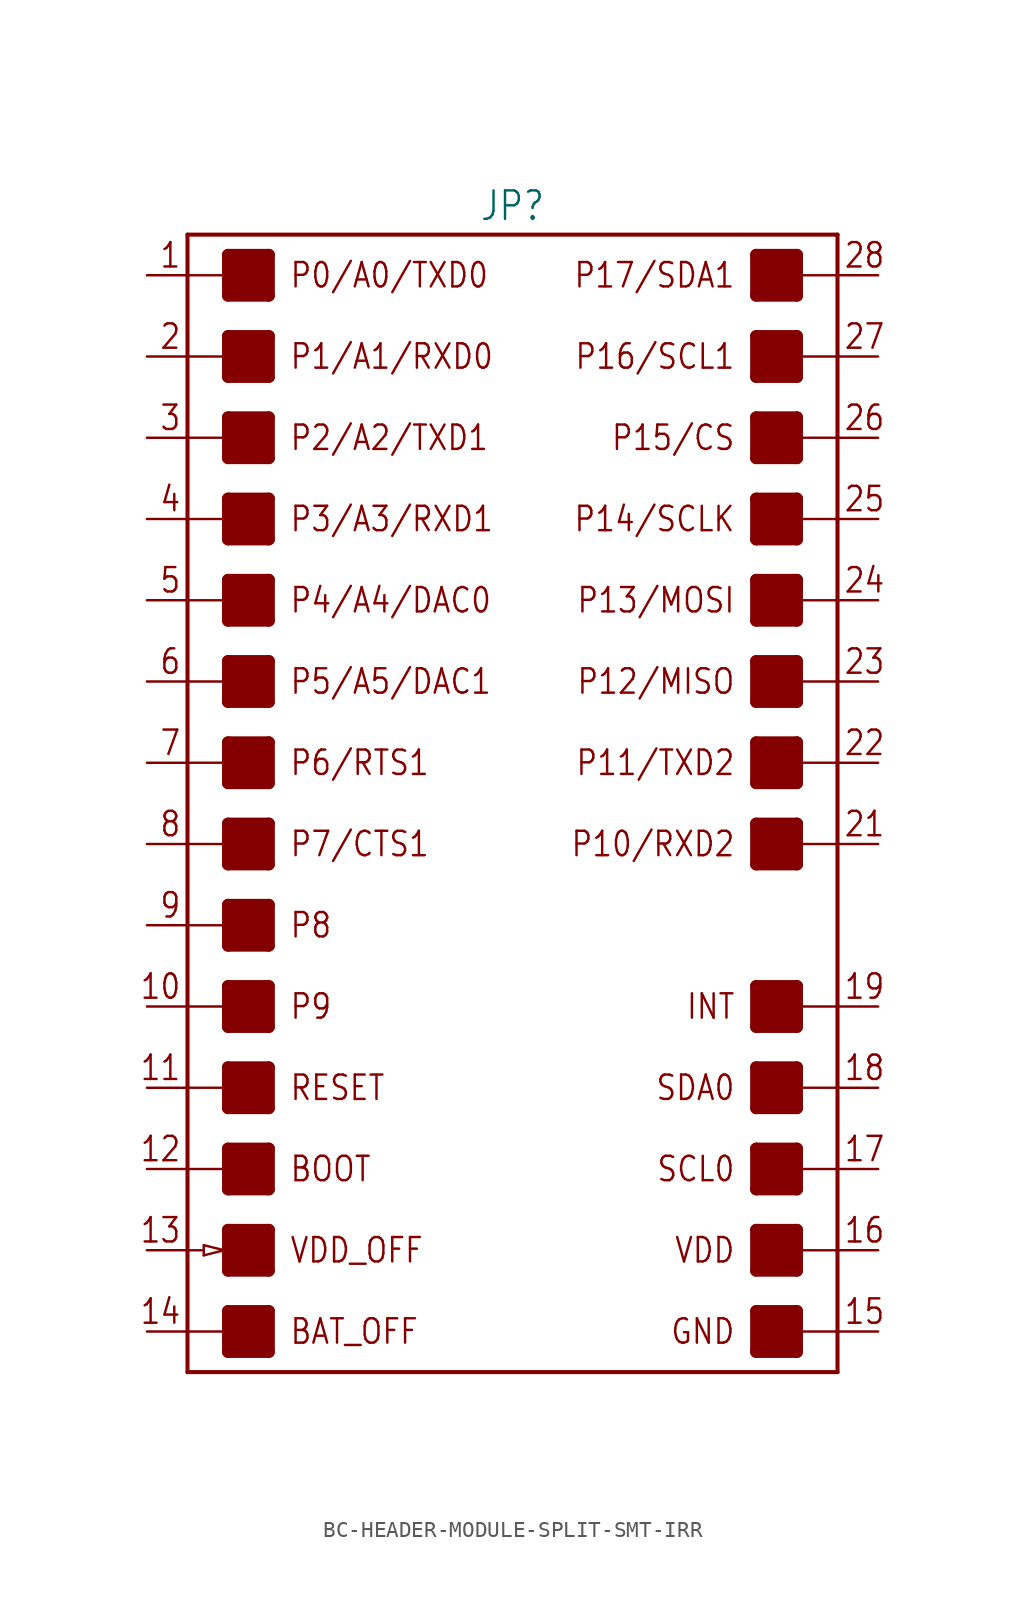
<source format=kicad_sym>
(kicad_symbol_lib
  (version 20231120)
  (generator "kicad_symbol_editor")
  (generator_version "8.0")
  (symbol "BC-HEADER-MODULE-SPLIT-SMT-IRR"
    (property "Reference" "JP"
      (at 0 36.322 0)
      (effects (font (size 1.778 1.511)) (justify bottom)))
    (property "Value" ""
      (at 0 -36.322 0)
      (effects (font (size 1.778 1.511)) (justify top)))
    (property "ki_locked" ""
      (at 0 0 0)
      (effects (font (size 1.27 1.27))))
    (symbol "BC-HEADER-MODULE-SPLIT-SMT-IRR_1_0"
      (rectangle (start -17.78 -34.29) (end -15.24 -31.75) (stroke (width 0) (type default)) (fill (type outline)))
      (rectangle (start -17.78 -29.21) (end -15.24 -26.67) (stroke (width 0) (type default)) (fill (type outline)))
      (rectangle (start -17.78 -24.13) (end -15.24 -21.59) (stroke (width 0) (type default)) (fill (type outline)))
      (rectangle (start -17.78 -19.05) (end -15.24 -16.51) (stroke (width 0) (type default)) (fill (type outline)))
      (rectangle (start -17.78 -13.97) (end -15.24 -11.43) (stroke (width 0) (type default)) (fill (type outline)))
      (rectangle (start -17.78 -8.89) (end -15.24 -6.35) (stroke (width 0) (type default)) (fill (type outline)))
      (rectangle (start -17.78 -3.81) (end -15.24 -1.27) (stroke (width 0) (type default)) (fill (type outline)))
      (rectangle (start -17.78 1.27) (end -15.24 3.81) (stroke (width 0) (type default)) (fill (type outline)))
      (rectangle (start -17.78 6.35) (end -15.24 8.89) (stroke (width 0) (type default)) (fill (type outline)))
      (rectangle (start -17.78 11.43) (end -15.24 13.97) (stroke (width 0) (type default)) (fill (type outline)))
      (rectangle (start -17.78 16.51) (end -15.24 19.05) (stroke (width 0) (type default)) (fill (type outline)))
      (rectangle (start -17.78 21.59) (end -15.24 24.13) (stroke (width 0) (type default)) (fill (type outline)))
      (rectangle (start -17.78 26.67) (end -15.24 29.21) (stroke (width 0) (type default)) (fill (type outline)))
      (rectangle (start -17.78 31.75) (end -15.24 34.29) (stroke (width 0) (type default)) (fill (type outline)))
      (polyline (pts (xy -20.32 -33.02) (xy -20.32 -35.56)) (stroke (width 0.254) (type solid)) (fill (type none)))
      (polyline (pts (xy -20.32 -33.02) (xy -17.78 -33.02)) (stroke (width 0.152) (type solid)) (fill (type none)))
      (polyline (pts (xy -20.32 -27.94) (xy -20.32 -33.02)) (stroke (width 0.254) (type solid)) (fill (type none)))
      (polyline (pts (xy -20.32 -27.94) (xy -19.304 -27.94)) (stroke (width 0.152) (type solid)) (fill (type none)))
      (polyline (pts (xy -20.32 -22.86) (xy -20.32 -27.94)) (stroke (width 0.254) (type solid)) (fill (type none)))
      (polyline (pts (xy -20.32 -22.86) (xy -17.78 -22.86)) (stroke (width 0.152) (type solid)) (fill (type none)))
      (polyline (pts (xy -20.32 -17.78) (xy -20.32 -22.86)) (stroke (width 0.254) (type solid)) (fill (type none)))
      (polyline (pts (xy -20.32 -17.78) (xy -17.78 -17.78)) (stroke (width 0.152) (type solid)) (fill (type none)))
      (polyline (pts (xy -20.32 -12.7) (xy -20.32 -17.78)) (stroke (width 0.254) (type solid)) (fill (type none)))
      (polyline (pts (xy -20.32 -12.7) (xy -17.78 -12.7)) (stroke (width 0.152) (type solid)) (fill (type none)))
      (polyline (pts (xy -20.32 -7.62) (xy -20.32 -12.7)) (stroke (width 0.254) (type solid)) (fill (type none)))
      (polyline (pts (xy -20.32 -7.62) (xy -17.78 -7.62)) (stroke (width 0.152) (type solid)) (fill (type none)))
      (polyline (pts (xy -20.32 -2.54) (xy -20.32 -7.62)) (stroke (width 0.254) (type solid)) (fill (type none)))
      (polyline (pts (xy -20.32 -2.54) (xy -17.78 -2.54)) (stroke (width 0.152) (type solid)) (fill (type none)))
      (polyline (pts (xy -20.32 2.54) (xy -20.32 -2.54)) (stroke (width 0.254) (type solid)) (fill (type none)))
      (polyline (pts (xy -20.32 2.54) (xy -17.78 2.54)) (stroke (width 0.152) (type solid)) (fill (type none)))
      (polyline (pts (xy -20.32 7.62) (xy -20.32 2.54)) (stroke (width 0.254) (type solid)) (fill (type none)))
      (polyline (pts (xy -20.32 7.62) (xy -17.78 7.62)) (stroke (width 0.152) (type solid)) (fill (type none)))
      (polyline (pts (xy -20.32 12.7) (xy -20.32 7.62)) (stroke (width 0.254) (type solid)) (fill (type none)))
      (polyline (pts (xy -20.32 12.7) (xy -17.78 12.7)) (stroke (width 0.152) (type solid)) (fill (type none)))
      (polyline (pts (xy -20.32 17.78) (xy -20.32 12.7)) (stroke (width 0.254) (type solid)) (fill (type none)))
      (polyline (pts (xy -20.32 17.78) (xy -17.78 17.78)) (stroke (width 0.152) (type solid)) (fill (type none)))
      (polyline (pts (xy -20.32 22.86) (xy -20.32 17.78)) (stroke (width 0.254) (type solid)) (fill (type none)))
      (polyline (pts (xy -20.32 22.86) (xy -17.78 22.86)) (stroke (width 0.152) (type solid)) (fill (type none)))
      (polyline (pts (xy -20.32 27.94) (xy -20.32 22.86)) (stroke (width 0.254) (type solid)) (fill (type none)))
      (polyline (pts (xy -20.32 27.94) (xy -17.78 27.94)) (stroke (width 0.152) (type solid)) (fill (type none)))
      (polyline (pts (xy -20.32 33.02) (xy -20.32 27.94)) (stroke (width 0.254) (type solid)) (fill (type none)))
      (polyline (pts (xy -20.32 33.02) (xy -17.78 33.02)) (stroke (width 0.152) (type solid)) (fill (type none)))
      (polyline (pts (xy -20.32 35.56) (xy -20.32 33.02)) (stroke (width 0.254) (type solid)) (fill (type none)))
      (polyline (pts (xy -20.32 35.56) (xy 20.32 35.56)) (stroke (width 0.254) (type solid)) (fill (type none)))
      (polyline (pts (xy -19.304 -28.258) (xy -18.034 -27.94)) (stroke (width 0.152) (type solid)) (fill (type none)))
      (polyline (pts (xy -19.304 -27.94) (xy -19.304 -28.258)) (stroke (width 0.152) (type solid)) (fill (type none)))
      (polyline (pts (xy -19.304 -27.622) (xy -19.304 -27.94)) (stroke (width 0.152) (type solid)) (fill (type none)))
      (polyline (pts (xy -18.034 -27.94) (xy -19.304 -27.622)) (stroke (width 0.152) (type solid)) (fill (type none)))
      (polyline (pts (xy -17.78 -34.29) (xy -15.24 -34.29)) (stroke (width 0.762) (type solid)) (fill (type none)))
      (polyline (pts (xy -17.78 -33.02) (xy -17.78 -34.29)) (stroke (width 0.762) (type solid)) (fill (type none)))
      (polyline (pts (xy -17.78 -31.75) (xy -17.78 -33.02)) (stroke (width 0.762) (type solid)) (fill (type none)))
      (polyline (pts (xy -17.78 -31.75) (xy -15.24 -31.75)) (stroke (width 0.762) (type solid)) (fill (type none)))
      (polyline (pts (xy -17.78 -29.21) (xy -15.24 -29.21)) (stroke (width 0.762) (type solid)) (fill (type none)))
      (polyline (pts (xy -17.78 -26.67) (xy -17.78 -29.21)) (stroke (width 0.762) (type solid)) (fill (type none)))
      (polyline (pts (xy -17.78 -26.67) (xy -15.24 -26.67)) (stroke (width 0.762) (type solid)) (fill (type none)))
      (polyline (pts (xy -17.78 -24.13) (xy -15.24 -24.13)) (stroke (width 0.762) (type solid)) (fill (type none)))
      (polyline (pts (xy -17.78 -22.86) (xy -17.78 -24.13)) (stroke (width 0.762) (type solid)) (fill (type none)))
      (polyline (pts (xy -17.78 -21.59) (xy -17.78 -22.86)) (stroke (width 0.762) (type solid)) (fill (type none)))
      (polyline (pts (xy -17.78 -21.59) (xy -15.24 -21.59)) (stroke (width 0.762) (type solid)) (fill (type none)))
      (polyline (pts (xy -17.78 -19.05) (xy -15.24 -19.05)) (stroke (width 0.762) (type solid)) (fill (type none)))
      (polyline (pts (xy -17.78 -17.78) (xy -17.78 -19.05)) (stroke (width 0.762) (type solid)) (fill (type none)))
      (polyline (pts (xy -17.78 -16.51) (xy -17.78 -17.78)) (stroke (width 0.762) (type solid)) (fill (type none)))
      (polyline (pts (xy -17.78 -16.51) (xy -15.24 -16.51)) (stroke (width 0.762) (type solid)) (fill (type none)))
      (polyline (pts (xy -17.78 -13.97) (xy -15.24 -13.97)) (stroke (width 0.762) (type solid)) (fill (type none)))
      (polyline (pts (xy -17.78 -12.7) (xy -17.78 -13.97)) (stroke (width 0.762) (type solid)) (fill (type none)))
      (polyline (pts (xy -17.78 -11.43) (xy -17.78 -12.7)) (stroke (width 0.762) (type solid)) (fill (type none)))
      (polyline (pts (xy -17.78 -11.43) (xy -15.24 -11.43)) (stroke (width 0.762) (type solid)) (fill (type none)))
      (polyline (pts (xy -17.78 -8.89) (xy -15.24 -8.89)) (stroke (width 0.762) (type solid)) (fill (type none)))
      (polyline (pts (xy -17.78 -7.62) (xy -17.78 -8.89)) (stroke (width 0.762) (type solid)) (fill (type none)))
      (polyline (pts (xy -17.78 -6.35) (xy -17.78 -7.62)) (stroke (width 0.762) (type solid)) (fill (type none)))
      (polyline (pts (xy -17.78 -6.35) (xy -15.24 -6.35)) (stroke (width 0.762) (type solid)) (fill (type none)))
      (polyline (pts (xy -17.78 -3.81) (xy -15.24 -3.81)) (stroke (width 0.762) (type solid)) (fill (type none)))
      (polyline (pts (xy -17.78 -2.54) (xy -17.78 -3.81)) (stroke (width 0.762) (type solid)) (fill (type none)))
      (polyline (pts (xy -17.78 -1.27) (xy -17.78 -2.54)) (stroke (width 0.762) (type solid)) (fill (type none)))
      (polyline (pts (xy -17.78 -1.27) (xy -15.24 -1.27)) (stroke (width 0.762) (type solid)) (fill (type none)))
      (polyline (pts (xy -17.78 1.27) (xy -15.24 1.27)) (stroke (width 0.762) (type solid)) (fill (type none)))
      (polyline (pts (xy -17.78 2.54) (xy -17.78 1.27)) (stroke (width 0.762) (type solid)) (fill (type none)))
      (polyline (pts (xy -17.78 3.81) (xy -17.78 2.54)) (stroke (width 0.762) (type solid)) (fill (type none)))
      (polyline (pts (xy -17.78 3.81) (xy -15.24 3.81)) (stroke (width 0.762) (type solid)) (fill (type none)))
      (polyline (pts (xy -17.78 6.35) (xy -15.24 6.35)) (stroke (width 0.762) (type solid)) (fill (type none)))
      (polyline (pts (xy -17.78 7.62) (xy -17.78 6.35)) (stroke (width 0.762) (type solid)) (fill (type none)))
      (polyline (pts (xy -17.78 8.89) (xy -17.78 7.62)) (stroke (width 0.762) (type solid)) (fill (type none)))
      (polyline (pts (xy -17.78 8.89) (xy -15.24 8.89)) (stroke (width 0.762) (type solid)) (fill (type none)))
      (polyline (pts (xy -17.78 11.43) (xy -15.24 11.43)) (stroke (width 0.762) (type solid)) (fill (type none)))
      (polyline (pts (xy -17.78 12.7) (xy -17.78 11.43)) (stroke (width 0.762) (type solid)) (fill (type none)))
      (polyline (pts (xy -17.78 13.97) (xy -17.78 12.7)) (stroke (width 0.762) (type solid)) (fill (type none)))
      (polyline (pts (xy -17.78 13.97) (xy -15.24 13.97)) (stroke (width 0.762) (type solid)) (fill (type none)))
      (polyline (pts (xy -17.78 16.51) (xy -15.24 16.51)) (stroke (width 0.762) (type solid)) (fill (type none)))
      (polyline (pts (xy -17.78 17.78) (xy -17.78 16.51)) (stroke (width 0.762) (type solid)) (fill (type none)))
      (polyline (pts (xy -17.78 19.05) (xy -17.78 17.78)) (stroke (width 0.762) (type solid)) (fill (type none)))
      (polyline (pts (xy -17.78 19.05) (xy -15.24 19.05)) (stroke (width 0.762) (type solid)) (fill (type none)))
      (polyline (pts (xy -17.78 21.59) (xy -15.24 21.59)) (stroke (width 0.762) (type solid)) (fill (type none)))
      (polyline (pts (xy -17.78 22.86) (xy -17.78 21.59)) (stroke (width 0.762) (type solid)) (fill (type none)))
      (polyline (pts (xy -17.78 24.13) (xy -17.78 22.86)) (stroke (width 0.762) (type solid)) (fill (type none)))
      (polyline (pts (xy -17.78 24.13) (xy -15.24 24.13)) (stroke (width 0.762) (type solid)) (fill (type none)))
      (polyline (pts (xy -17.78 26.67) (xy -15.24 26.67)) (stroke (width 0.762) (type solid)) (fill (type none)))
      (polyline (pts (xy -17.78 27.94) (xy -17.78 26.67)) (stroke (width 0.762) (type solid)) (fill (type none)))
      (polyline (pts (xy -17.78 29.21) (xy -17.78 27.94)) (stroke (width 0.762) (type solid)) (fill (type none)))
      (polyline (pts (xy -17.78 29.21) (xy -15.24 29.21)) (stroke (width 0.762) (type solid)) (fill (type none)))
      (polyline (pts (xy -17.78 31.75) (xy -15.24 31.75)) (stroke (width 0.762) (type solid)) (fill (type none)))
      (polyline (pts (xy -17.78 33.02) (xy -17.78 31.75)) (stroke (width 0.762) (type solid)) (fill (type none)))
      (polyline (pts (xy -17.78 34.29) (xy -17.78 33.02)) (stroke (width 0.762) (type solid)) (fill (type none)))
      (polyline (pts (xy -17.78 34.29) (xy -15.24 34.29)) (stroke (width 0.762) (type solid)) (fill (type none)))
      (polyline (pts (xy -15.24 -34.29) (xy -15.24 -31.75)) (stroke (width 0.762) (type solid)) (fill (type none)))
      (polyline (pts (xy -15.24 -29.21) (xy -15.24 -26.67)) (stroke (width 0.762) (type solid)) (fill (type none)))
      (polyline (pts (xy -15.24 -24.13) (xy -15.24 -21.59)) (stroke (width 0.762) (type solid)) (fill (type none)))
      (polyline (pts (xy -15.24 -19.05) (xy -15.24 -16.51)) (stroke (width 0.762) (type solid)) (fill (type none)))
      (polyline (pts (xy -15.24 -13.97) (xy -15.24 -11.43)) (stroke (width 0.762) (type solid)) (fill (type none)))
      (polyline (pts (xy -15.24 -8.89) (xy -15.24 -6.35)) (stroke (width 0.762) (type solid)) (fill (type none)))
      (polyline (pts (xy -15.24 -3.81) (xy -15.24 -1.27)) (stroke (width 0.762) (type solid)) (fill (type none)))
      (polyline (pts (xy -15.24 1.27) (xy -15.24 3.81)) (stroke (width 0.762) (type solid)) (fill (type none)))
      (polyline (pts (xy -15.24 6.35) (xy -15.24 8.89)) (stroke (width 0.762) (type solid)) (fill (type none)))
      (polyline (pts (xy -15.24 11.43) (xy -15.24 13.97)) (stroke (width 0.762) (type solid)) (fill (type none)))
      (polyline (pts (xy -15.24 16.51) (xy -15.24 19.05)) (stroke (width 0.762) (type solid)) (fill (type none)))
      (polyline (pts (xy -15.24 21.59) (xy -15.24 24.13)) (stroke (width 0.762) (type solid)) (fill (type none)))
      (polyline (pts (xy -15.24 26.67) (xy -15.24 29.21)) (stroke (width 0.762) (type solid)) (fill (type none)))
      (polyline (pts (xy -15.24 31.75) (xy -15.24 34.29)) (stroke (width 0.762) (type solid)) (fill (type none)))
      (polyline (pts (xy 15.24 -34.29) (xy 17.78 -34.29)) (stroke (width 0.762) (type solid)) (fill (type none)))
      (polyline (pts (xy 15.24 -31.75) (xy 15.24 -34.29)) (stroke (width 0.762) (type solid)) (fill (type none)))
      (polyline (pts (xy 15.24 -31.75) (xy 17.78 -31.75)) (stroke (width 0.762) (type solid)) (fill (type none)))
      (polyline (pts (xy 15.24 -29.21) (xy 17.78 -29.21)) (stroke (width 0.762) (type solid)) (fill (type none)))
      (polyline (pts (xy 15.24 -26.67) (xy 15.24 -29.21)) (stroke (width 0.762) (type solid)) (fill (type none)))
      (polyline (pts (xy 15.24 -26.67) (xy 17.78 -26.67)) (stroke (width 0.762) (type solid)) (fill (type none)))
      (polyline (pts (xy 15.24 -24.13) (xy 17.78 -24.13)) (stroke (width 0.762) (type solid)) (fill (type none)))
      (polyline (pts (xy 15.24 -21.59) (xy 15.24 -24.13)) (stroke (width 0.762) (type solid)) (fill (type none)))
      (polyline (pts (xy 15.24 -21.59) (xy 17.78 -21.59)) (stroke (width 0.762) (type solid)) (fill (type none)))
      (polyline (pts (xy 15.24 -19.05) (xy 17.78 -19.05)) (stroke (width 0.762) (type solid)) (fill (type none)))
      (polyline (pts (xy 15.24 -16.51) (xy 15.24 -19.05)) (stroke (width 0.762) (type solid)) (fill (type none)))
      (polyline (pts (xy 15.24 -16.51) (xy 17.78 -16.51)) (stroke (width 0.762) (type solid)) (fill (type none)))
      (polyline (pts (xy 15.24 -13.97) (xy 17.78 -13.97)) (stroke (width 0.762) (type solid)) (fill (type none)))
      (polyline (pts (xy 15.24 -11.43) (xy 15.24 -13.97)) (stroke (width 0.762) (type solid)) (fill (type none)))
      (polyline (pts (xy 15.24 -11.43) (xy 17.78 -11.43)) (stroke (width 0.762) (type solid)) (fill (type none)))
      (polyline (pts (xy 15.24 -3.81) (xy 17.78 -3.81)) (stroke (width 0.762) (type solid)) (fill (type none)))
      (polyline (pts (xy 15.24 -1.27) (xy 15.24 -3.81)) (stroke (width 0.762) (type solid)) (fill (type none)))
      (polyline (pts (xy 15.24 -1.27) (xy 17.78 -1.27)) (stroke (width 0.762) (type solid)) (fill (type none)))
      (polyline (pts (xy 15.24 1.27) (xy 17.78 1.27)) (stroke (width 0.762) (type solid)) (fill (type none)))
      (polyline (pts (xy 15.24 3.81) (xy 15.24 1.27)) (stroke (width 0.762) (type solid)) (fill (type none)))
      (polyline (pts (xy 15.24 3.81) (xy 17.78 3.81)) (stroke (width 0.762) (type solid)) (fill (type none)))
      (polyline (pts (xy 15.24 6.35) (xy 17.78 6.35)) (stroke (width 0.762) (type solid)) (fill (type none)))
      (polyline (pts (xy 15.24 8.89) (xy 15.24 6.35)) (stroke (width 0.762) (type solid)) (fill (type none)))
      (polyline (pts (xy 15.24 8.89) (xy 17.78 8.89)) (stroke (width 0.762) (type solid)) (fill (type none)))
      (polyline (pts (xy 15.24 11.43) (xy 17.78 11.43)) (stroke (width 0.762) (type solid)) (fill (type none)))
      (polyline (pts (xy 15.24 13.97) (xy 15.24 11.43)) (stroke (width 0.762) (type solid)) (fill (type none)))
      (polyline (pts (xy 15.24 13.97) (xy 17.78 13.97)) (stroke (width 0.762) (type solid)) (fill (type none)))
      (polyline (pts (xy 15.24 16.51) (xy 17.78 16.51)) (stroke (width 0.762) (type solid)) (fill (type none)))
      (polyline (pts (xy 15.24 19.05) (xy 15.24 16.51)) (stroke (width 0.762) (type solid)) (fill (type none)))
      (polyline (pts (xy 15.24 19.05) (xy 17.78 19.05)) (stroke (width 0.762) (type solid)) (fill (type none)))
      (polyline (pts (xy 15.24 21.59) (xy 17.78 21.59)) (stroke (width 0.762) (type solid)) (fill (type none)))
      (polyline (pts (xy 15.24 24.13) (xy 15.24 21.59)) (stroke (width 0.762) (type solid)) (fill (type none)))
      (polyline (pts (xy 15.24 24.13) (xy 17.78 24.13)) (stroke (width 0.762) (type solid)) (fill (type none)))
      (polyline (pts (xy 15.24 26.67) (xy 17.78 26.67)) (stroke (width 0.762) (type solid)) (fill (type none)))
      (polyline (pts (xy 15.24 29.21) (xy 15.24 26.67)) (stroke (width 0.762) (type solid)) (fill (type none)))
      (polyline (pts (xy 15.24 29.21) (xy 17.78 29.21)) (stroke (width 0.762) (type solid)) (fill (type none)))
      (polyline (pts (xy 15.24 31.75) (xy 17.78 31.75)) (stroke (width 0.762) (type solid)) (fill (type none)))
      (polyline (pts (xy 15.24 34.29) (xy 15.24 31.75)) (stroke (width 0.762) (type solid)) (fill (type none)))
      (polyline (pts (xy 15.24 34.29) (xy 17.78 34.29)) (stroke (width 0.762) (type solid)) (fill (type none)))
      (polyline (pts (xy 17.78 -34.29) (xy 17.78 -33.02)) (stroke (width 0.762) (type solid)) (fill (type none)))
      (polyline (pts (xy 17.78 -33.02) (xy 17.78 -31.75)) (stroke (width 0.762) (type solid)) (fill (type none)))
      (polyline (pts (xy 17.78 -33.02) (xy 20.32 -33.02)) (stroke (width 0.152) (type solid)) (fill (type none)))
      (polyline (pts (xy 17.78 -29.21) (xy 17.78 -27.94)) (stroke (width 0.762) (type solid)) (fill (type none)))
      (polyline (pts (xy 17.78 -27.94) (xy 17.78 -26.67)) (stroke (width 0.762) (type solid)) (fill (type none)))
      (polyline (pts (xy 17.78 -27.94) (xy 20.32 -27.94)) (stroke (width 0.152) (type solid)) (fill (type none)))
      (polyline (pts (xy 17.78 -24.13) (xy 17.78 -22.86)) (stroke (width 0.762) (type solid)) (fill (type none)))
      (polyline (pts (xy 17.78 -22.86) (xy 17.78 -21.59)) (stroke (width 0.762) (type solid)) (fill (type none)))
      (polyline (pts (xy 17.78 -22.86) (xy 20.32 -22.86)) (stroke (width 0.152) (type solid)) (fill (type none)))
      (polyline (pts (xy 17.78 -19.05) (xy 17.78 -17.78)) (stroke (width 0.762) (type solid)) (fill (type none)))
      (polyline (pts (xy 17.78 -17.78) (xy 17.78 -16.51)) (stroke (width 0.762) (type solid)) (fill (type none)))
      (polyline (pts (xy 17.78 -17.78) (xy 20.32 -17.78)) (stroke (width 0.152) (type solid)) (fill (type none)))
      (polyline (pts (xy 17.78 -13.97) (xy 17.78 -12.7)) (stroke (width 0.762) (type solid)) (fill (type none)))
      (polyline (pts (xy 17.78 -12.7) (xy 17.78 -11.43)) (stroke (width 0.762) (type solid)) (fill (type none)))
      (polyline (pts (xy 17.78 -12.7) (xy 20.32 -12.7)) (stroke (width 0.152) (type solid)) (fill (type none)))
      (polyline (pts (xy 17.78 -3.81) (xy 17.78 -2.54)) (stroke (width 0.762) (type solid)) (fill (type none)))
      (polyline (pts (xy 17.78 -2.54) (xy 17.78 -1.27)) (stroke (width 0.762) (type solid)) (fill (type none)))
      (polyline (pts (xy 17.78 -2.54) (xy 20.32 -2.54)) (stroke (width 0.152) (type solid)) (fill (type none)))
      (polyline (pts (xy 17.78 1.27) (xy 17.78 2.54)) (stroke (width 0.762) (type solid)) (fill (type none)))
      (polyline (pts (xy 17.78 2.54) (xy 17.78 3.81)) (stroke (width 0.762) (type solid)) (fill (type none)))
      (polyline (pts (xy 17.78 2.54) (xy 20.32 2.54)) (stroke (width 0.152) (type solid)) (fill (type none)))
      (polyline (pts (xy 17.78 6.35) (xy 17.78 7.62)) (stroke (width 0.762) (type solid)) (fill (type none)))
      (polyline (pts (xy 17.78 7.62) (xy 17.78 8.89)) (stroke (width 0.762) (type solid)) (fill (type none)))
      (polyline (pts (xy 17.78 7.62) (xy 20.32 7.62)) (stroke (width 0.152) (type solid)) (fill (type none)))
      (polyline (pts (xy 17.78 11.43) (xy 17.78 12.7)) (stroke (width 0.762) (type solid)) (fill (type none)))
      (polyline (pts (xy 17.78 12.7) (xy 17.78 13.97)) (stroke (width 0.762) (type solid)) (fill (type none)))
      (polyline (pts (xy 17.78 12.7) (xy 20.32 12.7)) (stroke (width 0.152) (type solid)) (fill (type none)))
      (polyline (pts (xy 17.78 16.51) (xy 17.78 17.78)) (stroke (width 0.762) (type solid)) (fill (type none)))
      (polyline (pts (xy 17.78 17.78) (xy 17.78 19.05)) (stroke (width 0.762) (type solid)) (fill (type none)))
      (polyline (pts (xy 17.78 17.78) (xy 20.32 17.78)) (stroke (width 0.152) (type solid)) (fill (type none)))
      (polyline (pts (xy 17.78 21.59) (xy 17.78 22.86)) (stroke (width 0.762) (type solid)) (fill (type none)))
      (polyline (pts (xy 17.78 22.86) (xy 17.78 24.13)) (stroke (width 0.762) (type solid)) (fill (type none)))
      (polyline (pts (xy 17.78 22.86) (xy 20.32 22.86)) (stroke (width 0.152) (type solid)) (fill (type none)))
      (polyline (pts (xy 17.78 26.67) (xy 17.78 27.94)) (stroke (width 0.762) (type solid)) (fill (type none)))
      (polyline (pts (xy 17.78 27.94) (xy 17.78 29.21)) (stroke (width 0.762) (type solid)) (fill (type none)))
      (polyline (pts (xy 17.78 27.94) (xy 20.32 27.94)) (stroke (width 0.152) (type solid)) (fill (type none)))
      (polyline (pts (xy 17.78 31.75) (xy 17.78 33.02)) (stroke (width 0.762) (type solid)) (fill (type none)))
      (polyline (pts (xy 17.78 33.02) (xy 17.78 34.29)) (stroke (width 0.762) (type solid)) (fill (type none)))
      (polyline (pts (xy 17.78 33.02) (xy 20.32 33.02)) (stroke (width 0.152) (type solid)) (fill (type none)))
      (polyline (pts (xy 20.32 -35.56) (xy -20.32 -35.56)) (stroke (width 0.254) (type solid)) (fill (type none)))
      (polyline (pts (xy 20.32 -33.02) (xy 20.32 -35.56)) (stroke (width 0.254) (type solid)) (fill (type none)))
      (polyline (pts (xy 20.32 -27.94) (xy 20.32 -33.02)) (stroke (width 0.254) (type solid)) (fill (type none)))
      (polyline (pts (xy 20.32 -22.86) (xy 20.32 -27.94)) (stroke (width 0.254) (type solid)) (fill (type none)))
      (polyline (pts (xy 20.32 -17.78) (xy 20.32 -22.86)) (stroke (width 0.254) (type solid)) (fill (type none)))
      (polyline (pts (xy 20.32 -12.7) (xy 20.32 -17.78)) (stroke (width 0.254) (type solid)) (fill (type none)))
      (polyline (pts (xy 20.32 -2.54) (xy 20.32 -12.7)) (stroke (width 0.254) (type solid)) (fill (type none)))
      (polyline (pts (xy 20.32 2.54) (xy 20.32 -2.54)) (stroke (width 0.254) (type solid)) (fill (type none)))
      (polyline (pts (xy 20.32 7.62) (xy 20.32 2.54)) (stroke (width 0.254) (type solid)) (fill (type none)))
      (polyline (pts (xy 20.32 12.7) (xy 20.32 7.62)) (stroke (width 0.254) (type solid)) (fill (type none)))
      (polyline (pts (xy 20.32 17.78) (xy 20.32 12.7)) (stroke (width 0.254) (type solid)) (fill (type none)))
      (polyline (pts (xy 20.32 22.86) (xy 20.32 17.78)) (stroke (width 0.254) (type solid)) (fill (type none)))
      (polyline (pts (xy 20.32 27.94) (xy 20.32 22.86)) (stroke (width 0.254) (type solid)) (fill (type none)))
      (polyline (pts (xy 20.32 33.02) (xy 20.32 27.94)) (stroke (width 0.254) (type solid)) (fill (type none)))
      (polyline (pts (xy 20.32 35.56) (xy 20.32 33.02)) (stroke (width 0.254) (type solid)) (fill (type none)))
      (rectangle (start 15.24 -34.29) (end 17.78 -31.75) (stroke (width 0) (type default)) (fill (type outline)))
      (rectangle (start 15.24 -29.21) (end 17.78 -26.67) (stroke (width 0) (type default)) (fill (type outline)))
      (rectangle (start 15.24 -24.13) (end 17.78 -21.59) (stroke (width 0) (type default)) (fill (type outline)))
      (rectangle (start 15.24 -19.05) (end 17.78 -16.51) (stroke (width 0) (type default)) (fill (type outline)))
      (rectangle (start 15.24 -13.97) (end 17.78 -11.43) (stroke (width 0) (type default)) (fill (type outline)))
      (rectangle (start 15.24 -3.81) (end 17.78 -1.27) (stroke (width 0) (type default)) (fill (type outline)))
      (rectangle (start 15.24 1.27) (end 17.78 3.81) (stroke (width 0) (type default)) (fill (type outline)))
      (rectangle (start 15.24 6.35) (end 17.78 8.89) (stroke (width 0) (type default)) (fill (type outline)))
      (rectangle (start 15.24 11.43) (end 17.78 13.97) (stroke (width 0) (type default)) (fill (type outline)))
      (rectangle (start 15.24 16.51) (end 17.78 19.05) (stroke (width 0) (type default)) (fill (type outline)))
      (rectangle (start 15.24 21.59) (end 17.78 24.13) (stroke (width 0) (type default)) (fill (type outline)))
      (rectangle (start 15.24 26.67) (end 17.78 29.21) (stroke (width 0) (type default)) (fill (type outline)))
      (rectangle (start 15.24 31.75) (end 17.78 34.29) (stroke (width 0) (type default)) (fill (type outline)))
      (text "1" (at -20.676 33.376 0) (effects (font (size 1.524 1.295)) (justify right bottom)))
      (text "10" (at -20.676 -12.344 0) (effects (font (size 1.524 1.295)) (justify right bottom)))
      (text "11" (at -20.676 -17.424 0) (effects (font (size 1.524 1.295)) (justify right bottom)))
      (text "12" (at -20.676 -22.504 0) (effects (font (size 1.524 1.295)) (justify right bottom)))
      (text "13" (at -20.676 -27.584 0) (effects (font (size 1.524 1.295)) (justify right bottom)))
      (text "14" (at -20.676 -32.664 0) (effects (font (size 1.524 1.295)) (justify right bottom)))
      (text "15" (at 20.676 -32.664 0) (effects (font (size 1.524 1.295)) (justify left bottom)))
      (text "16" (at 20.676 -27.584 0) (effects (font (size 1.524 1.295)) (justify left bottom)))
      (text "17" (at 20.676 -22.504 0) (effects (font (size 1.524 1.295)) (justify left bottom)))
      (text "18" (at 20.676 -17.424 0) (effects (font (size 1.524 1.295)) (justify left bottom)))
      (text "19" (at 20.676 -12.344 0) (effects (font (size 1.524 1.295)) (justify left bottom)))
      (text "2" (at -20.676 28.296 0) (effects (font (size 1.524 1.295)) (justify right bottom)))
      (text "21" (at 20.676 -2.184 0) (effects (font (size 1.524 1.295)) (justify left bottom)))
      (text "22" (at 20.676 2.896 0) (effects (font (size 1.524 1.295)) (justify left bottom)))
      (text "23" (at 20.676 7.976 0) (effects (font (size 1.524 1.295)) (justify left bottom)))
      (text "24" (at 20.676 13.056 0) (effects (font (size 1.524 1.295)) (justify left bottom)))
      (text "25" (at 20.676 18.136 0) (effects (font (size 1.524 1.295)) (justify left bottom)))
      (text "26" (at 20.676 23.216 0) (effects (font (size 1.524 1.295)) (justify left bottom)))
      (text "27" (at 20.676 28.296 0) (effects (font (size 1.524 1.295)) (justify left bottom)))
      (text "28" (at 20.676 33.376 0) (effects (font (size 1.524 1.295)) (justify left bottom)))
      (text "3" (at -20.676 23.216 0) (effects (font (size 1.524 1.295)) (justify right bottom)))
      (text "4" (at -20.676 18.136 0) (effects (font (size 1.524 1.295)) (justify right bottom)))
      (text "5" (at -20.676 13.056 0) (effects (font (size 1.524 1.295)) (justify right bottom)))
      (text "6" (at -20.676 7.976 0) (effects (font (size 1.524 1.295)) (justify right bottom)))
      (text "7" (at -20.676 2.896 0) (effects (font (size 1.524 1.295)) (justify right bottom)))
      (text "8" (at -20.676 -2.184 0) (effects (font (size 1.524 1.295)) (justify right bottom)))
      (text "9" (at -20.676 -7.264 0) (effects (font (size 1.524 1.295)) (justify right bottom)))
      (text "BAT_OFF" (at -13.97 -33.02 0) (effects (font (size 1.524 1.295)) (justify left)))
      (text "BOOT" (at -13.97 -22.86 0) (effects (font (size 1.524 1.295)) (justify left)))
      (text "GND" (at 13.97 -33.02 0) (effects (font (size 1.524 1.295)) (justify right)))
      (text "INT" (at 13.97 -12.7 0) (effects (font (size 1.524 1.295)) (justify right)))
      (text "P0/A0/TXD0" (at -13.97 33.02 0) (effects (font (size 1.524 1.295)) (justify left)))
      (text "P1/A1/RXD0" (at -13.97 27.94 0) (effects (font (size 1.524 1.295)) (justify left)))
      (text "P10/RXD2" (at 13.97 -2.54 0) (effects (font (size 1.524 1.295)) (justify right)))
      (text "P11/TXD2" (at 13.97 2.54 0) (effects (font (size 1.524 1.295)) (justify right)))
      (text "P12/MISO" (at 13.97 7.62 0) (effects (font (size 1.524 1.295)) (justify right)))
      (text "P13/MOSI" (at 13.97 12.7 0) (effects (font (size 1.524 1.295)) (justify right)))
      (text "P14/SCLK" (at 13.97 17.78 0) (effects (font (size 1.524 1.295)) (justify right)))
      (text "P15/CS" (at 13.97 22.86 0) (effects (font (size 1.524 1.295)) (justify right)))
      (text "P16/SCL1" (at 13.97 27.94 0) (effects (font (size 1.524 1.295)) (justify right)))
      (text "P17/SDA1" (at 13.97 33.02 0) (effects (font (size 1.524 1.295)) (justify right)))
      (text "P2/A2/TXD1" (at -13.97 22.86 0) (effects (font (size 1.524 1.295)) (justify left)))
      (text "P3/A3/RXD1" (at -13.97 17.78 0) (effects (font (size 1.524 1.295)) (justify left)))
      (text "P4/A4/DAC0" (at -13.97 12.7 0) (effects (font (size 1.524 1.295)) (justify left)))
      (text "P5/A5/DAC1" (at -13.97 7.62 0) (effects (font (size 1.524 1.295)) (justify left)))
      (text "P6/RTS1" (at -13.97 2.54 0) (effects (font (size 1.524 1.295)) (justify left)))
      (text "P7/CTS1" (at -13.97 -2.54 0) (effects (font (size 1.524 1.295)) (justify left)))
      (text "P8" (at -13.97 -7.62 0) (effects (font (size 1.524 1.295)) (justify left)))
      (text "P9" (at -13.97 -12.7 0) (effects (font (size 1.524 1.295)) (justify left)))
      (text "RESET" (at -13.97 -17.78 0) (effects (font (size 1.524 1.295)) (justify left)))
      (text "SCL0" (at 13.97 -22.86 0) (effects (font (size 1.524 1.295)) (justify right)))
      (text "SDA0" (at 13.97 -17.78 0) (effects (font (size 1.524 1.295)) (justify right)))
      (text "VDD" (at 13.97 -27.94 0) (effects (font (size 1.524 1.295)) (justify right)))
      (text "VDD_OFF" (at -13.97 -27.94 0) (effects (font (size 1.524 1.295)) (justify left)))
      (pin passive line (at -22.86 33.02 0) (length 2.54) (name "P0/A0/TXD0" (effects (font (size 0 0)))) (number "1" (effects (font (size 0 0)))))
      (pin passive line (at -22.86 -12.7 0) (length 2.54) (name "P9" (effects (font (size 0 0)))) (number "10" (effects (font (size 0 0)))))
      (pin passive line (at -22.86 -17.78 0) (length 2.54) (name "RESET" (effects (font (size 0 0)))) (number "11" (effects (font (size 0 0)))))
      (pin passive line (at -22.86 -22.86 0) (length 2.54) (name "BOOT" (effects (font (size 0 0)))) (number "12" (effects (font (size 0 0)))))
      (pin passive line (at -22.86 -27.94 0) (length 2.54) (name "VDD_OFF_IN" (effects (font (size 0 0)))) (number "13" (effects (font (size 0 0)))))
      (pin passive line (at -22.86 -33.02 0) (length 2.54) (name "BAT_OFF" (effects (font (size 0 0)))) (number "14" (effects (font (size 0 0)))))
      (pin passive line (at 22.86 -33.02 180) (length 2.54) (name "GND" (effects (font (size 0 0)))) (number "15" (effects (font (size 0 0)))))
      (pin passive line (at 22.86 -27.94 180) (length 2.54) (name "VDD" (effects (font (size 0 0)))) (number "16" (effects (font (size 0 0)))))
      (pin passive line (at 22.86 -22.86 180) (length 2.54) (name "SCL0" (effects (font (size 0 0)))) (number "17" (effects (font (size 0 0)))))
      (pin passive line (at 22.86 -17.78 180) (length 2.54) (name "SDA0" (effects (font (size 0 0)))) (number "18" (effects (font (size 0 0)))))
      (pin passive line (at 22.86 -12.7 180) (length 2.54) (name "INT" (effects (font (size 0 0)))) (number "19" (effects (font (size 0 0)))))
      (pin passive line (at -22.86 27.94 0) (length 2.54) (name "P1/A1/RXD0" (effects (font (size 0 0)))) (number "2" (effects (font (size 0 0)))))
      (pin passive line (at 22.86 -2.54 180) (length 2.54) (name "P10/RXD2" (effects (font (size 0 0)))) (number "21" (effects (font (size 0 0)))))
      (pin passive line (at 22.86 2.54 180) (length 2.54) (name "P11/TXD2" (effects (font (size 0 0)))) (number "22" (effects (font (size 0 0)))))
      (pin passive line (at 22.86 7.62 180) (length 2.54) (name "P12/MISO" (effects (font (size 0 0)))) (number "23" (effects (font (size 0 0)))))
      (pin passive line (at 22.86 12.7 180) (length 2.54) (name "P13/MOSI" (effects (font (size 0 0)))) (number "24" (effects (font (size 0 0)))))
      (pin passive line (at 22.86 17.78 180) (length 2.54) (name "P14/SCLK" (effects (font (size 0 0)))) (number "25" (effects (font (size 0 0)))))
      (pin passive line (at 22.86 22.86 180) (length 2.54) (name "P15/CS" (effects (font (size 0 0)))) (number "26" (effects (font (size 0 0)))))
      (pin passive line (at 22.86 27.94 180) (length 2.54) (name "P16/SCL1" (effects (font (size 0 0)))) (number "27" (effects (font (size 0 0)))))
      (pin passive line (at 22.86 33.02 180) (length 2.54) (name "P17/SDA1" (effects (font (size 0 0)))) (number "28" (effects (font (size 0 0)))))
      (pin passive line (at -22.86 22.86 0) (length 2.54) (name "P2/A2/TXD1" (effects (font (size 0 0)))) (number "3" (effects (font (size 0 0)))))
      (pin passive line (at -22.86 17.78 0) (length 2.54) (name "P3/A3/RXD1" (effects (font (size 0 0)))) (number "4" (effects (font (size 0 0)))))
      (pin passive line (at -22.86 12.7 0) (length 2.54) (name "P4/A4/DAC0" (effects (font (size 0 0)))) (number "5" (effects (font (size 0 0)))))
      (pin passive line (at -22.86 7.62 0) (length 2.54) (name "P5/A5/DAC1" (effects (font (size 0 0)))) (number "6" (effects (font (size 0 0)))))
      (pin passive line (at -22.86 2.54 0) (length 2.54) (name "P6/RTS1" (effects (font (size 0 0)))) (number "7" (effects (font (size 0 0)))))
      (pin passive line (at -22.86 -2.54 0) (length 2.54) (name "P7/CTS1" (effects (font (size 0 0)))) (number "8" (effects (font (size 0 0)))))
      (pin passive line (at -22.86 -7.62 0) (length 2.54) (name "P8" (effects (font (size 0 0)))) (number "9" (effects (font (size 0 0))))))))
</source>
